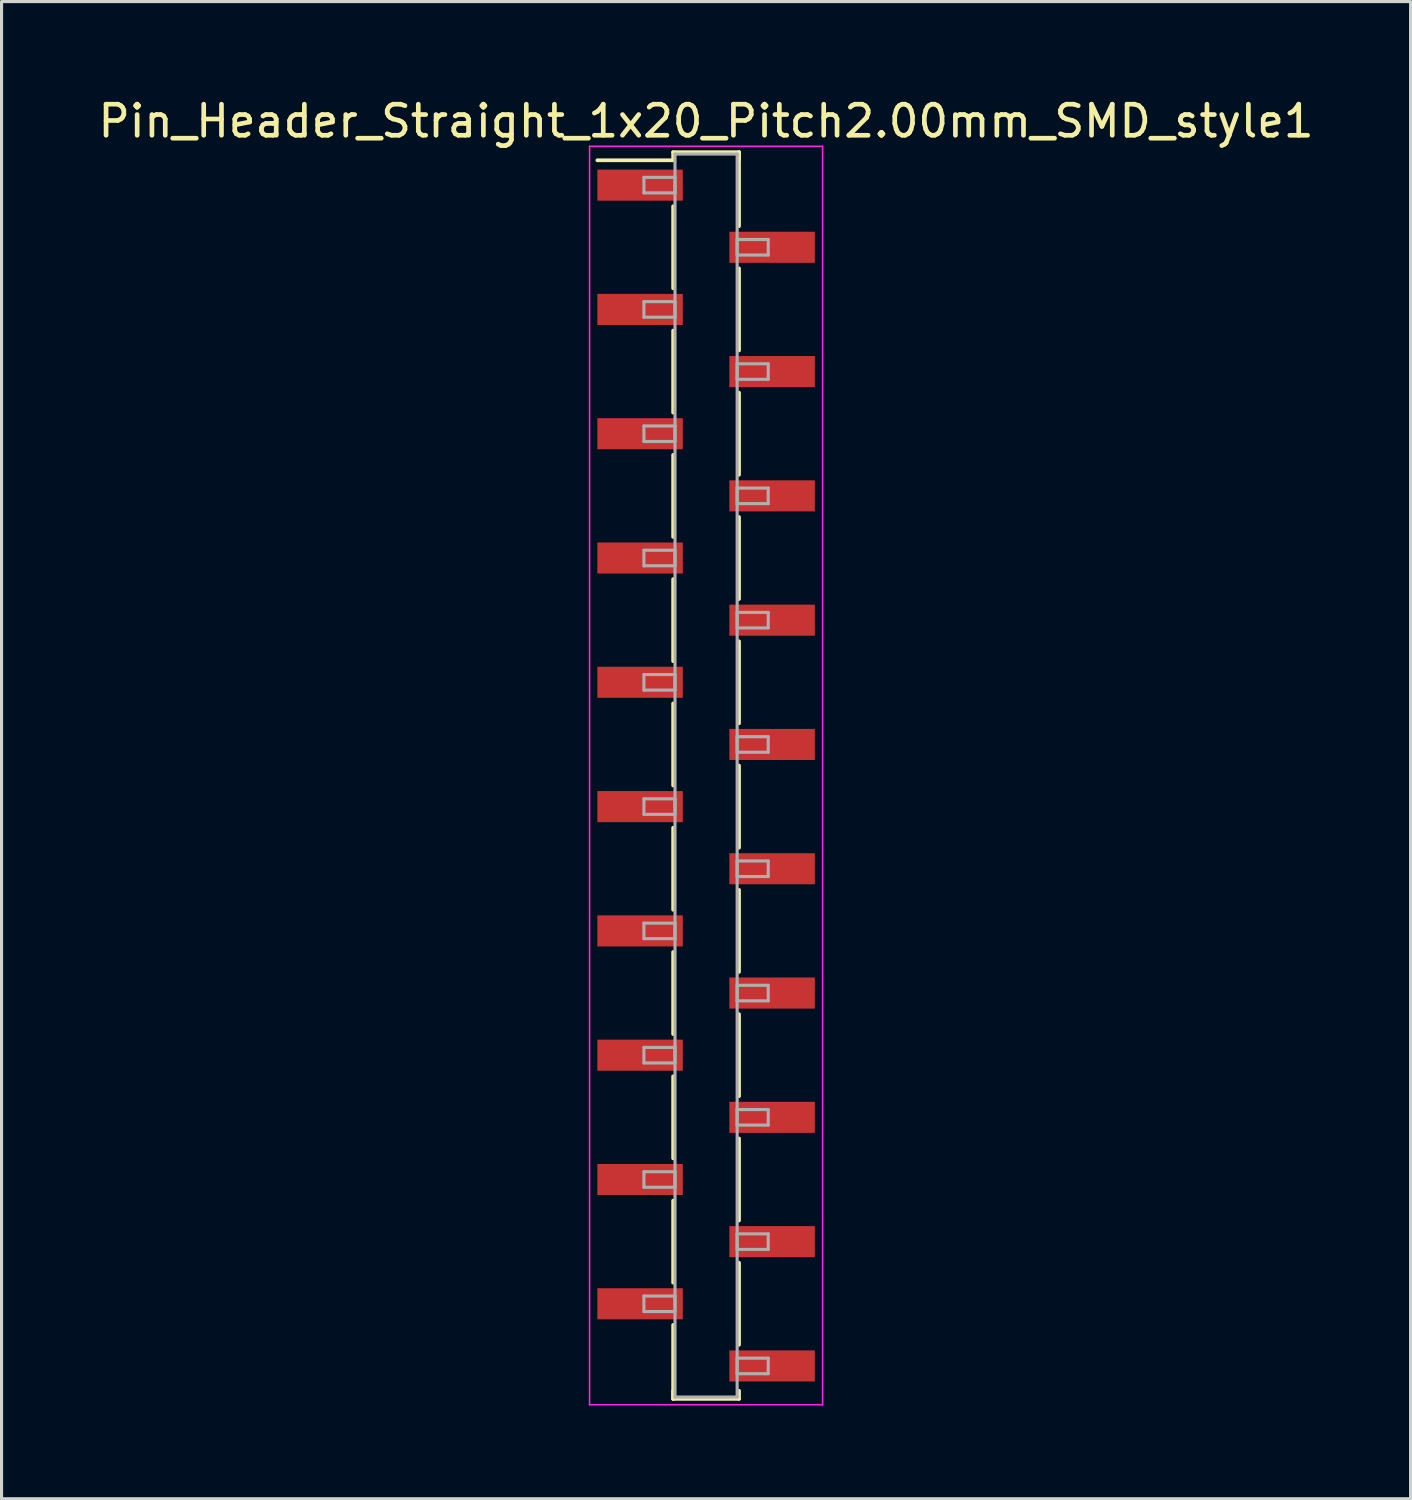
<source format=kicad_pcb>
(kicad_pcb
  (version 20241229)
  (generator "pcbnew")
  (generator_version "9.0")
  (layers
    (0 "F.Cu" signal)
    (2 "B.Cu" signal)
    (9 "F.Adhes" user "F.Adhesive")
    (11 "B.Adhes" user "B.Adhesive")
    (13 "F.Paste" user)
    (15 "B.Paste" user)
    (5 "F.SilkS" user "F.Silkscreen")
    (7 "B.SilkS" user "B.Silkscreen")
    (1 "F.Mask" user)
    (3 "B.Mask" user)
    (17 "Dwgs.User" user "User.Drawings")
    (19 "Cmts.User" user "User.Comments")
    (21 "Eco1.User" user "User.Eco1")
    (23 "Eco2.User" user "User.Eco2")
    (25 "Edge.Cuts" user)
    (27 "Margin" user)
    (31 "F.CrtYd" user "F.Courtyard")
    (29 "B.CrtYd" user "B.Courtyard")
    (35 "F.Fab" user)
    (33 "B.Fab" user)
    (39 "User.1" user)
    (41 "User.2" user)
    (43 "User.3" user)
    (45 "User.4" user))
  (footprint "Pin_Header_Straight_1x20_Pitch2.00mm_SMD_style1"
    (layer "F.Cu")
    (at 19.673 21.908)
    (property "Reference" "Pin_Header_Straight_1x20_Pitch2.00mm_SMD_style1" (at 0 -21.06 0) (layer "F.SilkS") (effects (font (size 1 1) (thickness 0.15))))
    (attr smd)
    (fp_line (start -1.06 -20.06) (end 1.06 -20.06) (stroke (width 0.12) (type solid)) (layer "F.SilkS"))
    (fp_line (start -1.06 -19.8) (end -3.5 -19.8) (stroke (width 0.12) (type solid)) (layer "F.SilkS"))
    (fp_line (start -1.06 -19.8) (end -1.06 -20.06) (stroke (width 0.12) (type solid)) (layer "F.SilkS"))
    (fp_line (start -1.06 -18.32) (end -1.06 -15.68) (stroke (width 0.12) (type solid)) (layer "F.SilkS"))
    (fp_line (start -1.06 -14.32) (end -1.06 -11.68) (stroke (width 0.12) (type solid)) (layer "F.SilkS"))
    (fp_line (start -1.06 -10.32) (end -1.06 -7.68) (stroke (width 0.12) (type solid)) (layer "F.SilkS"))
    (fp_line (start -1.06 -6.32) (end -1.06 -3.68) (stroke (width 0.12) (type solid)) (layer "F.SilkS"))
    (fp_line (start -1.06 -2.32) (end -1.06 0.32) (stroke (width 0.12) (type solid)) (layer "F.SilkS"))
    (fp_line (start -1.06 1.68) (end -1.06 4.32) (stroke (width 0.12) (type solid)) (layer "F.SilkS"))
    (fp_line (start -1.06 5.68) (end -1.06 8.32) (stroke (width 0.12) (type solid)) (layer "F.SilkS"))
    (fp_line (start -1.06 9.68) (end -1.06 12.32) (stroke (width 0.12) (type solid)) (layer "F.SilkS"))
    (fp_line (start -1.06 13.68) (end -1.06 16.32) (stroke (width 0.12) (type solid)) (layer "F.SilkS"))
    (fp_line (start -1.06 17.68) (end -1.06 20.06) (stroke (width 0.12) (type solid)) (layer "F.SilkS"))
    (fp_line (start -1.06 19.8) (end -1.06 20.06) (stroke (width 0.12) (type solid)) (layer "F.SilkS"))
    (fp_line (start -1.06 20.06) (end 1.06 20.06) (stroke (width 0.12) (type solid)) (layer "F.SilkS"))
    (fp_line (start 1.06 -20.06) (end 1.06 -19.8) (stroke (width 0.12) (type solid)) (layer "F.SilkS"))
    (fp_line (start 1.06 -20.06) (end 1.06 -17.68) (stroke (width 0.12) (type solid)) (layer "F.SilkS"))
    (fp_line (start 1.06 -16.32) (end 1.06 -13.68) (stroke (width 0.12) (type solid)) (layer "F.SilkS"))
    (fp_line (start 1.06 -12.32) (end 1.06 -9.68) (stroke (width 0.12) (type solid)) (layer "F.SilkS"))
    (fp_line (start 1.06 -8.32) (end 1.06 -5.68) (stroke (width 0.12) (type solid)) (layer "F.SilkS"))
    (fp_line (start 1.06 -4.32) (end 1.06 -1.68) (stroke (width 0.12) (type solid)) (layer "F.SilkS"))
    (fp_line (start 1.06 -0.32) (end 1.06 2.32) (stroke (width 0.12) (type solid)) (layer "F.SilkS"))
    (fp_line (start 1.06 3.68) (end 1.06 6.32) (stroke (width 0.12) (type solid)) (layer "F.SilkS"))
    (fp_line (start 1.06 7.68) (end 1.06 10.32) (stroke (width 0.12) (type solid)) (layer "F.SilkS"))
    (fp_line (start 1.06 11.68) (end 1.06 14.32) (stroke (width 0.12) (type solid)) (layer "F.SilkS"))
    (fp_line (start 1.06 15.68) (end 1.06 18.32) (stroke (width 0.12) (type solid)) (layer "F.SilkS"))
    (fp_line (start 1.06 20.06) (end 1.06 19.8) (stroke (width 0.12) (type solid)) (layer "F.SilkS"))
    (fp_line (start -3.75 -20.25) (end -3.75 20.25) (stroke (width 0.05) (type solid)) (layer "F.CrtYd"))
    (fp_line (start -3.75 20.25) (end 3.75 20.25) (stroke (width 0.05) (type solid)) (layer "F.CrtYd"))
    (fp_line (start 3.75 -20.25) (end -3.75 -20.25) (stroke (width 0.05) (type solid)) (layer "F.CrtYd"))
    (fp_line (start 3.75 20.25) (end 3.75 -20.25) (stroke (width 0.05) (type solid)) (layer "F.CrtYd"))
    (fp_line (start -2 -19.25) (end -1 -19.25) (stroke (width 0.1) (type solid)) (layer "F.Fab"))
    (fp_line (start -2 -18.75) (end -2 -19.25) (stroke (width 0.1) (type solid)) (layer "F.Fab"))
    (fp_line (start -2 -15.25) (end -1 -15.25) (stroke (width 0.1) (type solid)) (layer "F.Fab"))
    (fp_line (start -2 -14.75) (end -2 -15.25) (stroke (width 0.1) (type solid)) (layer "F.Fab"))
    (fp_line (start -2 -11.25) (end -1 -11.25) (stroke (width 0.1) (type solid)) (layer "F.Fab"))
    (fp_line (start -2 -10.75) (end -2 -11.25) (stroke (width 0.1) (type solid)) (layer "F.Fab"))
    (fp_line (start -2 -7.25) (end -1 -7.25) (stroke (width 0.1) (type solid)) (layer "F.Fab"))
    (fp_line (start -2 -6.75) (end -2 -7.25) (stroke (width 0.1) (type solid)) (layer "F.Fab"))
    (fp_line (start -2 -3.25) (end -1 -3.25) (stroke (width 0.1) (type solid)) (layer "F.Fab"))
    (fp_line (start -2 -2.75) (end -2 -3.25) (stroke (width 0.1) (type solid)) (layer "F.Fab"))
    (fp_line (start -2 0.75) (end -1 0.75) (stroke (width 0.1) (type solid)) (layer "F.Fab"))
    (fp_line (start -2 1.25) (end -2 0.75) (stroke (width 0.1) (type solid)) (layer "F.Fab"))
    (fp_line (start -2 4.75) (end -1 4.75) (stroke (width 0.1) (type solid)) (layer "F.Fab"))
    (fp_line (start -2 5.25) (end -2 4.75) (stroke (width 0.1) (type solid)) (layer "F.Fab"))
    (fp_line (start -2 8.75) (end -1 8.75) (stroke (width 0.1) (type solid)) (layer "F.Fab"))
    (fp_line (start -2 9.25) (end -2 8.75) (stroke (width 0.1) (type solid)) (layer "F.Fab"))
    (fp_line (start -2 12.75) (end -1 12.75) (stroke (width 0.1) (type solid)) (layer "F.Fab"))
    (fp_line (start -2 13.25) (end -2 12.75) (stroke (width 0.1) (type solid)) (layer "F.Fab"))
    (fp_line (start -2 16.75) (end -1 16.75) (stroke (width 0.1) (type solid)) (layer "F.Fab"))
    (fp_line (start -2 17.25) (end -2 16.75) (stroke (width 0.1) (type solid)) (layer "F.Fab"))
    (fp_line (start -1 -20) (end -1 20) (stroke (width 0.1) (type solid)) (layer "F.Fab"))
    (fp_line (start -1 -19.25) (end -1 -18.75) (stroke (width 0.1) (type solid)) (layer "F.Fab"))
    (fp_line (start -1 -18.75) (end -2 -18.75) (stroke (width 0.1) (type solid)) (layer "F.Fab"))
    (fp_line (start -1 -15.25) (end -1 -14.75) (stroke (width 0.1) (type solid)) (layer "F.Fab"))
    (fp_line (start -1 -14.75) (end -2 -14.75) (stroke (width 0.1) (type solid)) (layer "F.Fab"))
    (fp_line (start -1 -11.25) (end -1 -10.75) (stroke (width 0.1) (type solid)) (layer "F.Fab"))
    (fp_line (start -1 -10.75) (end -2 -10.75) (stroke (width 0.1) (type solid)) (layer "F.Fab"))
    (fp_line (start -1 -7.25) (end -1 -6.75) (stroke (width 0.1) (type solid)) (layer "F.Fab"))
    (fp_line (start -1 -6.75) (end -2 -6.75) (stroke (width 0.1) (type solid)) (layer "F.Fab"))
    (fp_line (start -1 -3.25) (end -1 -2.75) (stroke (width 0.1) (type solid)) (layer "F.Fab"))
    (fp_line (start -1 -2.75) (end -2 -2.75) (stroke (width 0.1) (type solid)) (layer "F.Fab"))
    (fp_line (start -1 0.75) (end -1 1.25) (stroke (width 0.1) (type solid)) (layer "F.Fab"))
    (fp_line (start -1 1.25) (end -2 1.25) (stroke (width 0.1) (type solid)) (layer "F.Fab"))
    (fp_line (start -1 4.75) (end -1 5.25) (stroke (width 0.1) (type solid)) (layer "F.Fab"))
    (fp_line (start -1 5.25) (end -2 5.25) (stroke (width 0.1) (type solid)) (layer "F.Fab"))
    (fp_line (start -1 8.75) (end -1 9.25) (stroke (width 0.1) (type solid)) (layer "F.Fab"))
    (fp_line (start -1 9.25) (end -2 9.25) (stroke (width 0.1) (type solid)) (layer "F.Fab"))
    (fp_line (start -1 12.75) (end -1 13.25) (stroke (width 0.1) (type solid)) (layer "F.Fab"))
    (fp_line (start -1 13.25) (end -2 13.25) (stroke (width 0.1) (type solid)) (layer "F.Fab"))
    (fp_line (start -1 16.75) (end -1 17.25) (stroke (width 0.1) (type solid)) (layer "F.Fab"))
    (fp_line (start -1 17.25) (end -2 17.25) (stroke (width 0.1) (type solid)) (layer "F.Fab"))
    (fp_line (start -1 20) (end 1 20) (stroke (width 0.1) (type solid)) (layer "F.Fab"))
    (fp_line (start 1 -20) (end -1 -20) (stroke (width 0.1) (type solid)) (layer "F.Fab"))
    (fp_line (start 1 -17.25) (end 1 -16.75) (stroke (width 0.1) (type solid)) (layer "F.Fab"))
    (fp_line (start 1 -16.75) (end 2 -16.75) (stroke (width 0.1) (type solid)) (layer "F.Fab"))
    (fp_line (start 1 -13.25) (end 1 -12.75) (stroke (width 0.1) (type solid)) (layer "F.Fab"))
    (fp_line (start 1 -12.75) (end 2 -12.75) (stroke (width 0.1) (type solid)) (layer "F.Fab"))
    (fp_line (start 1 -9.25) (end 1 -8.75) (stroke (width 0.1) (type solid)) (layer "F.Fab"))
    (fp_line (start 1 -8.75) (end 2 -8.75) (stroke (width 0.1) (type solid)) (layer "F.Fab"))
    (fp_line (start 1 -5.25) (end 1 -4.75) (stroke (width 0.1) (type solid)) (layer "F.Fab"))
    (fp_line (start 1 -4.75) (end 2 -4.75) (stroke (width 0.1) (type solid)) (layer "F.Fab"))
    (fp_line (start 1 -1.25) (end 1 -0.75) (stroke (width 0.1) (type solid)) (layer "F.Fab"))
    (fp_line (start 1 -0.75) (end 2 -0.75) (stroke (width 0.1) (type solid)) (layer "F.Fab"))
    (fp_line (start 1 2.75) (end 1 3.25) (stroke (width 0.1) (type solid)) (layer "F.Fab"))
    (fp_line (start 1 3.25) (end 2 3.25) (stroke (width 0.1) (type solid)) (layer "F.Fab"))
    (fp_line (start 1 6.75) (end 1 7.25) (stroke (width 0.1) (type solid)) (layer "F.Fab"))
    (fp_line (start 1 7.25) (end 2 7.25) (stroke (width 0.1) (type solid)) (layer "F.Fab"))
    (fp_line (start 1 10.75) (end 1 11.25) (stroke (width 0.1) (type solid)) (layer "F.Fab"))
    (fp_line (start 1 11.25) (end 2 11.25) (stroke (width 0.1) (type solid)) (layer "F.Fab"))
    (fp_line (start 1 14.75) (end 1 15.25) (stroke (width 0.1) (type solid)) (layer "F.Fab"))
    (fp_line (start 1 15.25) (end 2 15.25) (stroke (width 0.1) (type solid)) (layer "F.Fab"))
    (fp_line (start 1 18.75) (end 1 19.25) (stroke (width 0.1) (type solid)) (layer "F.Fab"))
    (fp_line (start 1 19.25) (end 2 19.25) (stroke (width 0.1) (type solid)) (layer "F.Fab"))
    (fp_line (start 1 20) (end 1 -20) (stroke (width 0.1) (type solid)) (layer "F.Fab"))
    (fp_line (start 2 -17.25) (end 1 -17.25) (stroke (width 0.1) (type solid)) (layer "F.Fab"))
    (fp_line (start 2 -16.75) (end 2 -17.25) (stroke (width 0.1) (type solid)) (layer "F.Fab"))
    (fp_line (start 2 -13.25) (end 1 -13.25) (stroke (width 0.1) (type solid)) (layer "F.Fab"))
    (fp_line (start 2 -12.75) (end 2 -13.25) (stroke (width 0.1) (type solid)) (layer "F.Fab"))
    (fp_line (start 2 -9.25) (end 1 -9.25) (stroke (width 0.1) (type solid)) (layer "F.Fab"))
    (fp_line (start 2 -8.75) (end 2 -9.25) (stroke (width 0.1) (type solid)) (layer "F.Fab"))
    (fp_line (start 2 -5.25) (end 1 -5.25) (stroke (width 0.1) (type solid)) (layer "F.Fab"))
    (fp_line (start 2 -4.75) (end 2 -5.25) (stroke (width 0.1) (type solid)) (layer "F.Fab"))
    (fp_line (start 2 -1.25) (end 1 -1.25) (stroke (width 0.1) (type solid)) (layer "F.Fab"))
    (fp_line (start 2 -0.75) (end 2 -1.25) (stroke (width 0.1) (type solid)) (layer "F.Fab"))
    (fp_line (start 2 2.75) (end 1 2.75) (stroke (width 0.1) (type solid)) (layer "F.Fab"))
    (fp_line (start 2 3.25) (end 2 2.75) (stroke (width 0.1) (type solid)) (layer "F.Fab"))
    (fp_line (start 2 6.75) (end 1 6.75) (stroke (width 0.1) (type solid)) (layer "F.Fab"))
    (fp_line (start 2 7.25) (end 2 6.75) (stroke (width 0.1) (type solid)) (layer "F.Fab"))
    (fp_line (start 2 10.75) (end 1 10.75) (stroke (width 0.1) (type solid)) (layer "F.Fab"))
    (fp_line (start 2 11.25) (end 2 10.75) (stroke (width 0.1) (type solid)) (layer "F.Fab"))
    (fp_line (start 2 14.75) (end 1 14.75) (stroke (width 0.1) (type solid)) (layer "F.Fab"))
    (fp_line (start 2 15.25) (end 2 14.75) (stroke (width 0.1) (type solid)) (layer "F.Fab"))
    (fp_line (start 2 18.75) (end 1 18.75) (stroke (width 0.1) (type solid)) (layer "F.Fab"))
    (fp_line (start 2 19.25) (end 2 18.75) (stroke (width 0.1) (type solid)) (layer "F.Fab"))
    (pad "1" smd rect (at -2.125 -19) (size 2.75 1) (layers "F.Cu" "F.Mask"))
    (pad "2" smd rect (at 2.125 -17) (size 2.75 1) (layers "F.Cu" "F.Mask"))
    (pad "3" smd rect (at -2.125 -15) (size 2.75 1) (layers "F.Cu" "F.Mask"))
    (pad "4" smd rect (at 2.125 -13) (size 2.75 1) (layers "F.Cu" "F.Mask"))
    (pad "5" smd rect (at -2.125 -11) (size 2.75 1) (layers "F.Cu" "F.Mask"))
    (pad "6" smd rect (at 2.125 -9) (size 2.75 1) (layers "F.Cu" "F.Mask"))
    (pad "7" smd rect (at -2.125 -7) (size 2.75 1) (layers "F.Cu" "F.Mask"))
    (pad "8" smd rect (at 2.125 -5) (size 2.75 1) (layers "F.Cu" "F.Mask"))
    (pad "9" smd rect (at -2.125 -3) (size 2.75 1) (layers "F.Cu" "F.Mask"))
    (pad "10" smd rect (at 2.125 -1) (size 2.75 1) (layers "F.Cu" "F.Mask"))
    (pad "11" smd rect (at -2.125 1) (size 2.75 1) (layers "F.Cu" "F.Mask"))
    (pad "12" smd rect (at 2.125 3) (size 2.75 1) (layers "F.Cu" "F.Mask"))
    (pad "13" smd rect (at -2.125 5) (size 2.75 1) (layers "F.Cu" "F.Mask"))
    (pad "14" smd rect (at 2.125 7) (size 2.75 1) (layers "F.Cu" "F.Mask"))
    (pad "15" smd rect (at -2.125 9) (size 2.75 1) (layers "F.Cu" "F.Mask"))
    (pad "16" smd rect (at 2.125 11) (size 2.75 1) (layers "F.Cu" "F.Mask"))
    (pad "17" smd rect (at -2.125 13) (size 2.75 1) (layers "F.Cu" "F.Mask"))
    (pad "18" smd rect (at 2.125 15) (size 2.75 1) (layers "F.Cu" "F.Mask"))
    (pad "19" smd rect (at -2.125 17) (size 2.75 1) (layers "F.Cu" "F.Mask"))
    (pad "20" smd rect (at 2.125 19) (size 2.75 1) (layers "F.Cu" "F.Mask")))
  (gr_rect
    (start -3 -3)
    (end 42.345 45.183)
    (stroke (width 0.1) (type default))
    (fill no)
    (layer "Edge.Cuts")))
</source>
